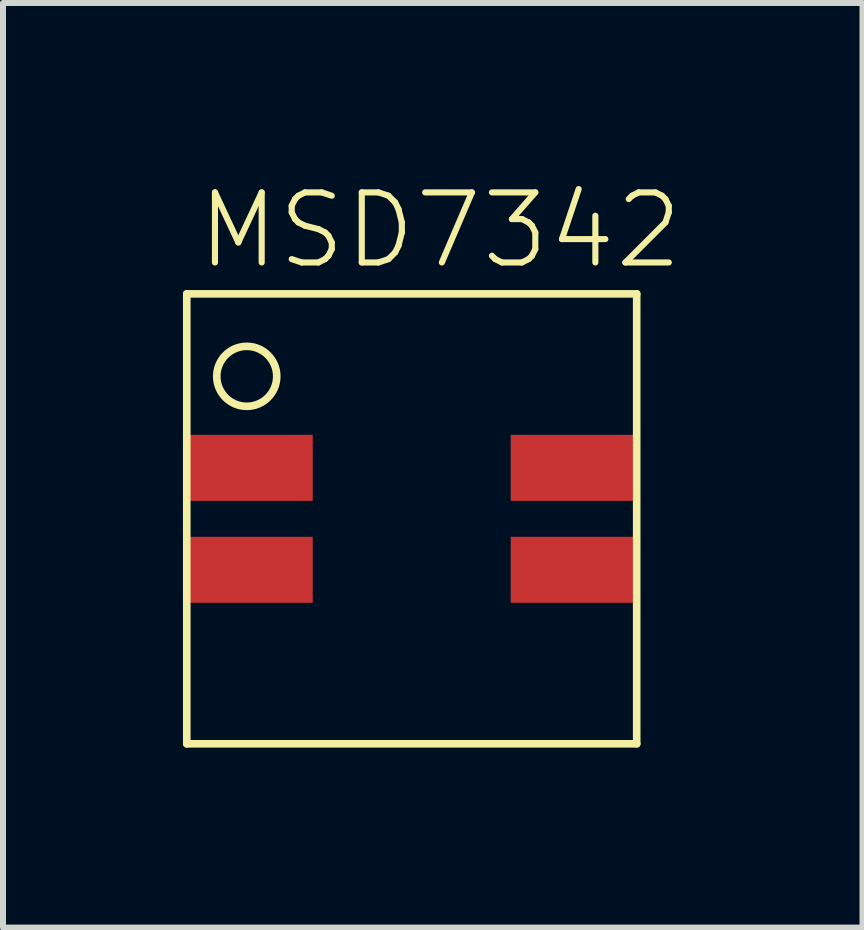
<source format=kicad_pcb>
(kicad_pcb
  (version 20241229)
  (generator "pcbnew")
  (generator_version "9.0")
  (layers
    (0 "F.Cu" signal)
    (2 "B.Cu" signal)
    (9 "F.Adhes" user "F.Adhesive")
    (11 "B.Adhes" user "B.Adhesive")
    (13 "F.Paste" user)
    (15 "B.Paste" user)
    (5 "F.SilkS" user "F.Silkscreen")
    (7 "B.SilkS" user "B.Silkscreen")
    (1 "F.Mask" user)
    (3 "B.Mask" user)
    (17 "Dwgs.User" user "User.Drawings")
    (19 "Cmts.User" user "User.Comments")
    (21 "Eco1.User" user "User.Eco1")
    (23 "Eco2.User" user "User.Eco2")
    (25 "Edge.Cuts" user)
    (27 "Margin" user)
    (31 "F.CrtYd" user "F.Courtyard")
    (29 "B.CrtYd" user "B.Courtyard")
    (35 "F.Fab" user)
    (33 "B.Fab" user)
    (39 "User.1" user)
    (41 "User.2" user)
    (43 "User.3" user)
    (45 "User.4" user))
  (footprint "MSD7342"
    (layer "F.Cu")
    (at 3.813 5.598)
    (property "Reference" "MSD7342" (at -3.625 -4.125 0) (layer "F.SilkS") (effects (font (size 1.168 1.168) (thickness 0.102)) (justify left bottom)))
    (fp_line (start -3.75 -3.75) (end 3.75 -3.75) (stroke (width 0.127) (type solid)) (layer "F.SilkS"))
    (fp_line (start -3.75 3.75) (end -3.75 -3.75) (stroke (width 0.127) (type solid)) (layer "F.SilkS"))
    (fp_line (start 3.75 -3.75) (end 3.75 3.75) (stroke (width 0.127) (type solid)) (layer "F.SilkS"))
    (fp_line (start 3.75 3.75) (end -3.75 3.75) (stroke (width 0.127) (type solid)) (layer "F.SilkS"))
    (fp_circle (center -2.75 -2.375) (end -2.25 -2.375) (stroke (width 0.127) (type solid)) (fill no) (layer "F.SilkS"))
    (pad "1" smd rect (at -2.7 -0.85) (size 2.1 1.1) (layers "F.Cu" "F.Mask" "F.Paste"))
    (pad "2" smd rect (at -2.7 0.85) (size 2.1 1.1) (layers "F.Cu" "F.Mask" "F.Paste"))
    (pad "3" smd rect (at 2.7 0.85) (size 2.1 1.1) (layers "F.Cu" "F.Mask" "F.Paste"))
    (pad "4" smd rect (at 2.7 -0.85) (size 2.1 1.1) (layers "F.Cu" "F.Mask" "F.Paste")))
  (gr_rect
    (start -3 -3)
    (end 11.327 12.412)
    (stroke (width 0.1) (type default))
    (fill no)
    (layer "Edge.Cuts")))
</source>
